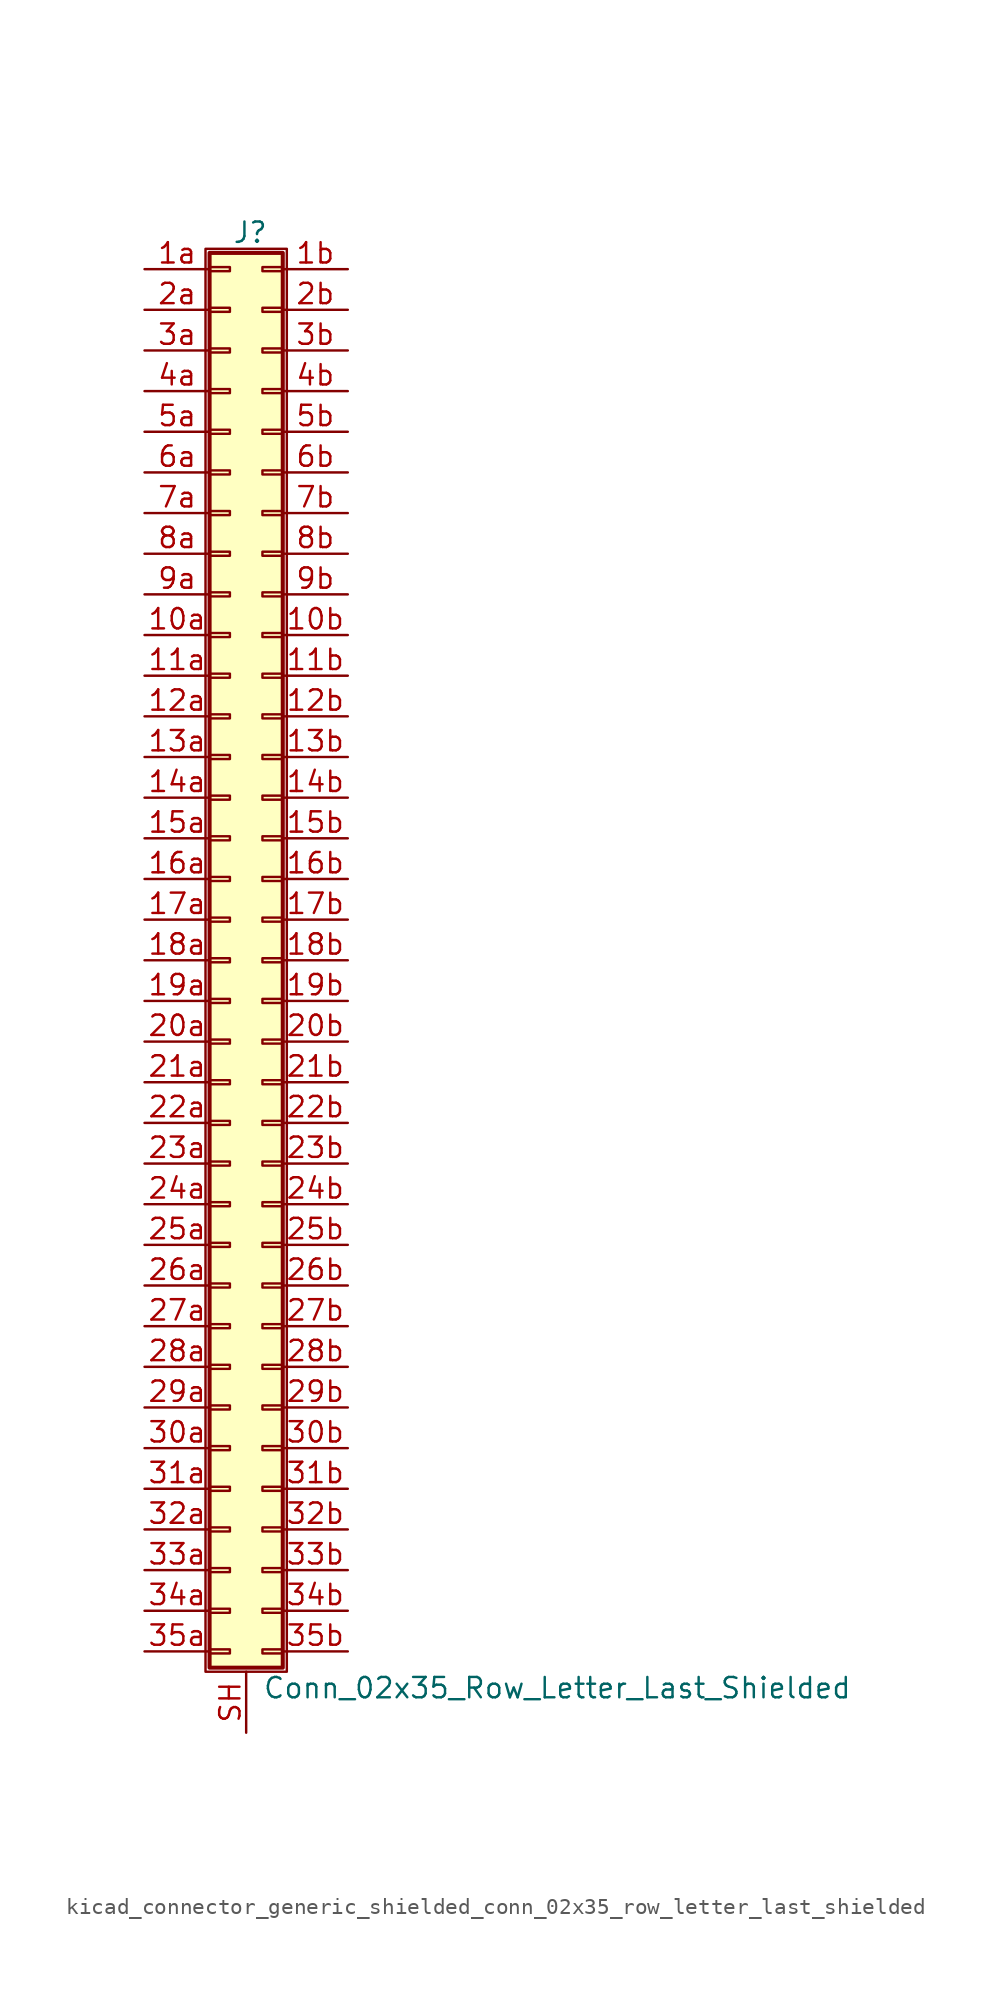
<source format=kicad_sym>
(kicad_symbol_lib
  (version 20220914)
  (generator kicad_symbol_editor)
  (symbol "kicad_connector_generic_shielded_conn_02x35_row_letter_last_shielded"
    (pin_names
      (offset 1.016) hide)
    (property "Reference" "J"
      (at 1.524 45.466 0)
      (effects (font (size 1.27 1.27))))
    (property "Value" "Conn_02x35_Row_Letter_Last_Shielded"
      (at 2.286 -45.466 0)
      (effects (font (size 1.27 1.27)) (justify left)))
    (symbol "kicad_connector_generic_shielded_conn_02x35_row_letter_last_shielded_1_1"
      (rectangle (start -1.27 44.45) (end 3.81 -44.45) (stroke (width 0.152) (type default)) (fill (type none)))
      (rectangle (start -1.016 -43.053) (end 0.254 -43.307) (stroke (width 0.152) (type default)) (fill (type none)))
      (rectangle (start -1.016 -40.513) (end 0.254 -40.767) (stroke (width 0.152) (type default)) (fill (type none)))
      (rectangle (start -1.016 -37.973) (end 0.254 -38.227) (stroke (width 0.152) (type default)) (fill (type none)))
      (rectangle (start -1.016 -35.433) (end 0.254 -35.687) (stroke (width 0.152) (type default)) (fill (type none)))
      (rectangle (start -1.016 -32.893) (end 0.254 -33.147) (stroke (width 0.152) (type default)) (fill (type none)))
      (rectangle (start -1.016 -30.353) (end 0.254 -30.607) (stroke (width 0.152) (type default)) (fill (type none)))
      (rectangle (start -1.016 -27.813) (end 0.254 -28.067) (stroke (width 0.152) (type default)) (fill (type none)))
      (rectangle (start -1.016 -25.273) (end 0.254 -25.527) (stroke (width 0.152) (type default)) (fill (type none)))
      (rectangle (start -1.016 -22.733) (end 0.254 -22.987) (stroke (width 0.152) (type default)) (fill (type none)))
      (rectangle (start -1.016 -20.193) (end 0.254 -20.447) (stroke (width 0.152) (type default)) (fill (type none)))
      (rectangle (start -1.016 -17.653) (end 0.254 -17.907) (stroke (width 0.152) (type default)) (fill (type none)))
      (rectangle (start -1.016 -15.113) (end 0.254 -15.367) (stroke (width 0.152) (type default)) (fill (type none)))
      (rectangle (start -1.016 -12.573) (end 0.254 -12.827) (stroke (width 0.152) (type default)) (fill (type none)))
      (rectangle (start -1.016 -10.033) (end 0.254 -10.287) (stroke (width 0.152) (type default)) (fill (type none)))
      (rectangle (start -1.016 -7.493) (end 0.254 -7.747) (stroke (width 0.152) (type default)) (fill (type none)))
      (rectangle (start -1.016 -4.953) (end 0.254 -5.207) (stroke (width 0.152) (type default)) (fill (type none)))
      (rectangle (start -1.016 -2.413) (end 0.254 -2.667) (stroke (width 0.152) (type default)) (fill (type none)))
      (rectangle (start -1.016 0.127) (end 0.254 -0.127) (stroke (width 0.152) (type default)) (fill (type none)))
      (rectangle (start -1.016 2.667) (end 0.254 2.413) (stroke (width 0.152) (type default)) (fill (type none)))
      (rectangle (start -1.016 5.207) (end 0.254 4.953) (stroke (width 0.152) (type default)) (fill (type none)))
      (rectangle (start -1.016 7.747) (end 0.254 7.493) (stroke (width 0.152) (type default)) (fill (type none)))
      (rectangle (start -1.016 10.287) (end 0.254 10.033) (stroke (width 0.152) (type default)) (fill (type none)))
      (rectangle (start -1.016 12.827) (end 0.254 12.573) (stroke (width 0.152) (type default)) (fill (type none)))
      (rectangle (start -1.016 15.367) (end 0.254 15.113) (stroke (width 0.152) (type default)) (fill (type none)))
      (rectangle (start -1.016 17.907) (end 0.254 17.653) (stroke (width 0.152) (type default)) (fill (type none)))
      (rectangle (start -1.016 20.447) (end 0.254 20.193) (stroke (width 0.152) (type default)) (fill (type none)))
      (rectangle (start -1.016 22.987) (end 0.254 22.733) (stroke (width 0.152) (type default)) (fill (type none)))
      (rectangle (start -1.016 25.527) (end 0.254 25.273) (stroke (width 0.152) (type default)) (fill (type none)))
      (rectangle (start -1.016 28.067) (end 0.254 27.813) (stroke (width 0.152) (type default)) (fill (type none)))
      (rectangle (start -1.016 30.607) (end 0.254 30.353) (stroke (width 0.152) (type default)) (fill (type none)))
      (rectangle (start -1.016 33.147) (end 0.254 32.893) (stroke (width 0.152) (type default)) (fill (type none)))
      (rectangle (start -1.016 35.687) (end 0.254 35.433) (stroke (width 0.152) (type default)) (fill (type none)))
      (rectangle (start -1.016 38.227) (end 0.254 37.973) (stroke (width 0.152) (type default)) (fill (type none)))
      (rectangle (start -1.016 40.767) (end 0.254 40.513) (stroke (width 0.152) (type default)) (fill (type none)))
      (rectangle (start -1.016 43.307) (end 0.254 43.053) (stroke (width 0.152) (type default)) (fill (type none)))
      (rectangle (start -1.016 44.196) (end 3.556 -44.196) (stroke (width 0.254) (type default)) (fill (type background)))
      (rectangle (start 3.556 -43.053) (end 2.286 -43.307) (stroke (width 0.152) (type default)) (fill (type none)))
      (rectangle (start 3.556 -40.513) (end 2.286 -40.767) (stroke (width 0.152) (type default)) (fill (type none)))
      (rectangle (start 3.556 -37.973) (end 2.286 -38.227) (stroke (width 0.152) (type default)) (fill (type none)))
      (rectangle (start 3.556 -35.433) (end 2.286 -35.687) (stroke (width 0.152) (type default)) (fill (type none)))
      (rectangle (start 3.556 -32.893) (end 2.286 -33.147) (stroke (width 0.152) (type default)) (fill (type none)))
      (rectangle (start 3.556 -30.353) (end 2.286 -30.607) (stroke (width 0.152) (type default)) (fill (type none)))
      (rectangle (start 3.556 -27.813) (end 2.286 -28.067) (stroke (width 0.152) (type default)) (fill (type none)))
      (rectangle (start 3.556 -25.273) (end 2.286 -25.527) (stroke (width 0.152) (type default)) (fill (type none)))
      (rectangle (start 3.556 -22.733) (end 2.286 -22.987) (stroke (width 0.152) (type default)) (fill (type none)))
      (rectangle (start 3.556 -20.193) (end 2.286 -20.447) (stroke (width 0.152) (type default)) (fill (type none)))
      (rectangle (start 3.556 -17.653) (end 2.286 -17.907) (stroke (width 0.152) (type default)) (fill (type none)))
      (rectangle (start 3.556 -15.113) (end 2.286 -15.367) (stroke (width 0.152) (type default)) (fill (type none)))
      (rectangle (start 3.556 -12.573) (end 2.286 -12.827) (stroke (width 0.152) (type default)) (fill (type none)))
      (rectangle (start 3.556 -10.033) (end 2.286 -10.287) (stroke (width 0.152) (type default)) (fill (type none)))
      (rectangle (start 3.556 -7.493) (end 2.286 -7.747) (stroke (width 0.152) (type default)) (fill (type none)))
      (rectangle (start 3.556 -4.953) (end 2.286 -5.207) (stroke (width 0.152) (type default)) (fill (type none)))
      (rectangle (start 3.556 -2.413) (end 2.286 -2.667) (stroke (width 0.152) (type default)) (fill (type none)))
      (rectangle (start 3.556 0.127) (end 2.286 -0.127) (stroke (width 0.152) (type default)) (fill (type none)))
      (rectangle (start 3.556 2.667) (end 2.286 2.413) (stroke (width 0.152) (type default)) (fill (type none)))
      (rectangle (start 3.556 5.207) (end 2.286 4.953) (stroke (width 0.152) (type default)) (fill (type none)))
      (rectangle (start 3.556 7.747) (end 2.286 7.493) (stroke (width 0.152) (type default)) (fill (type none)))
      (rectangle (start 3.556 10.287) (end 2.286 10.033) (stroke (width 0.152) (type default)) (fill (type none)))
      (rectangle (start 3.556 12.827) (end 2.286 12.573) (stroke (width 0.152) (type default)) (fill (type none)))
      (rectangle (start 3.556 15.367) (end 2.286 15.113) (stroke (width 0.152) (type default)) (fill (type none)))
      (rectangle (start 3.556 17.907) (end 2.286 17.653) (stroke (width 0.152) (type default)) (fill (type none)))
      (rectangle (start 3.556 20.447) (end 2.286 20.193) (stroke (width 0.152) (type default)) (fill (type none)))
      (rectangle (start 3.556 22.987) (end 2.286 22.733) (stroke (width 0.152) (type default)) (fill (type none)))
      (rectangle (start 3.556 25.527) (end 2.286 25.273) (stroke (width 0.152) (type default)) (fill (type none)))
      (rectangle (start 3.556 28.067) (end 2.286 27.813) (stroke (width 0.152) (type default)) (fill (type none)))
      (rectangle (start 3.556 30.607) (end 2.286 30.353) (stroke (width 0.152) (type default)) (fill (type none)))
      (rectangle (start 3.556 33.147) (end 2.286 32.893) (stroke (width 0.152) (type default)) (fill (type none)))
      (rectangle (start 3.556 35.687) (end 2.286 35.433) (stroke (width 0.152) (type default)) (fill (type none)))
      (rectangle (start 3.556 38.227) (end 2.286 37.973) (stroke (width 0.152) (type default)) (fill (type none)))
      (rectangle (start 3.556 40.767) (end 2.286 40.513) (stroke (width 0.152) (type default)) (fill (type none)))
      (rectangle (start 3.556 43.307) (end 2.286 43.053) (stroke (width 0.152) (type default)) (fill (type none)))
      (pin passive line (at -5.08 20.32 0) (length 4.064) (name "Pin_10a" (effects (font (size 1.27 1.27)))) (number "10a" (effects (font (size 1.27 1.27)))))
      (pin passive line (at 7.62 20.32 180) (length 4.064) (name "Pin_10b" (effects (font (size 1.27 1.27)))) (number "10b" (effects (font (size 1.27 1.27)))))
      (pin passive line (at -5.08 17.78 0) (length 4.064) (name "Pin_11a" (effects (font (size 1.27 1.27)))) (number "11a" (effects (font (size 1.27 1.27)))))
      (pin passive line (at 7.62 17.78 180) (length 4.064) (name "Pin_11b" (effects (font (size 1.27 1.27)))) (number "11b" (effects (font (size 1.27 1.27)))))
      (pin passive line (at -5.08 15.24 0) (length 4.064) (name "Pin_12a" (effects (font (size 1.27 1.27)))) (number "12a" (effects (font (size 1.27 1.27)))))
      (pin passive line (at 7.62 15.24 180) (length 4.064) (name "Pin_12b" (effects (font (size 1.27 1.27)))) (number "12b" (effects (font (size 1.27 1.27)))))
      (pin passive line (at -5.08 12.7 0) (length 4.064) (name "Pin_13a" (effects (font (size 1.27 1.27)))) (number "13a" (effects (font (size 1.27 1.27)))))
      (pin passive line (at 7.62 12.7 180) (length 4.064) (name "Pin_13b" (effects (font (size 1.27 1.27)))) (number "13b" (effects (font (size 1.27 1.27)))))
      (pin passive line (at -5.08 10.16 0) (length 4.064) (name "Pin_14a" (effects (font (size 1.27 1.27)))) (number "14a" (effects (font (size 1.27 1.27)))))
      (pin passive line (at 7.62 10.16 180) (length 4.064) (name "Pin_14b" (effects (font (size 1.27 1.27)))) (number "14b" (effects (font (size 1.27 1.27)))))
      (pin passive line (at -5.08 7.62 0) (length 4.064) (name "Pin_15a" (effects (font (size 1.27 1.27)))) (number "15a" (effects (font (size 1.27 1.27)))))
      (pin passive line (at 7.62 7.62 180) (length 4.064) (name "Pin_15b" (effects (font (size 1.27 1.27)))) (number "15b" (effects (font (size 1.27 1.27)))))
      (pin passive line (at -5.08 5.08 0) (length 4.064) (name "Pin_16a" (effects (font (size 1.27 1.27)))) (number "16a" (effects (font (size 1.27 1.27)))))
      (pin passive line (at 7.62 5.08 180) (length 4.064) (name "Pin_16b" (effects (font (size 1.27 1.27)))) (number "16b" (effects (font (size 1.27 1.27)))))
      (pin passive line (at -5.08 2.54 0) (length 4.064) (name "Pin_17a" (effects (font (size 1.27 1.27)))) (number "17a" (effects (font (size 1.27 1.27)))))
      (pin passive line (at 7.62 2.54 180) (length 4.064) (name "Pin_17b" (effects (font (size 1.27 1.27)))) (number "17b" (effects (font (size 1.27 1.27)))))
      (pin passive line (at -5.08 0 0) (length 4.064) (name "Pin_18a" (effects (font (size 1.27 1.27)))) (number "18a" (effects (font (size 1.27 1.27)))))
      (pin passive line (at 7.62 0 180) (length 4.064) (name "Pin_18b" (effects (font (size 1.27 1.27)))) (number "18b" (effects (font (size 1.27 1.27)))))
      (pin passive line (at -5.08 -2.54 0) (length 4.064) (name "Pin_19a" (effects (font (size 1.27 1.27)))) (number "19a" (effects (font (size 1.27 1.27)))))
      (pin passive line (at 7.62 -2.54 180) (length 4.064) (name "Pin_19b" (effects (font (size 1.27 1.27)))) (number "19b" (effects (font (size 1.27 1.27)))))
      (pin passive line (at -5.08 43.18 0) (length 4.064) (name "Pin_1a" (effects (font (size 1.27 1.27)))) (number "1a" (effects (font (size 1.27 1.27)))))
      (pin passive line (at 7.62 43.18 180) (length 4.064) (name "Pin_1b" (effects (font (size 1.27 1.27)))) (number "1b" (effects (font (size 1.27 1.27)))))
      (pin passive line (at -5.08 -5.08 0) (length 4.064) (name "Pin_20a" (effects (font (size 1.27 1.27)))) (number "20a" (effects (font (size 1.27 1.27)))))
      (pin passive line (at 7.62 -5.08 180) (length 4.064) (name "Pin_20b" (effects (font (size 1.27 1.27)))) (number "20b" (effects (font (size 1.27 1.27)))))
      (pin passive line (at -5.08 -7.62 0) (length 4.064) (name "Pin_21a" (effects (font (size 1.27 1.27)))) (number "21a" (effects (font (size 1.27 1.27)))))
      (pin passive line (at 7.62 -7.62 180) (length 4.064) (name "Pin_21b" (effects (font (size 1.27 1.27)))) (number "21b" (effects (font (size 1.27 1.27)))))
      (pin passive line (at -5.08 -10.16 0) (length 4.064) (name "Pin_22a" (effects (font (size 1.27 1.27)))) (number "22a" (effects (font (size 1.27 1.27)))))
      (pin passive line (at 7.62 -10.16 180) (length 4.064) (name "Pin_22b" (effects (font (size 1.27 1.27)))) (number "22b" (effects (font (size 1.27 1.27)))))
      (pin passive line (at -5.08 -12.7 0) (length 4.064) (name "Pin_23a" (effects (font (size 1.27 1.27)))) (number "23a" (effects (font (size 1.27 1.27)))))
      (pin passive line (at 7.62 -12.7 180) (length 4.064) (name "Pin_23b" (effects (font (size 1.27 1.27)))) (number "23b" (effects (font (size 1.27 1.27)))))
      (pin passive line (at -5.08 -15.24 0) (length 4.064) (name "Pin_24a" (effects (font (size 1.27 1.27)))) (number "24a" (effects (font (size 1.27 1.27)))))
      (pin passive line (at 7.62 -15.24 180) (length 4.064) (name "Pin_24b" (effects (font (size 1.27 1.27)))) (number "24b" (effects (font (size 1.27 1.27)))))
      (pin passive line (at -5.08 -17.78 0) (length 4.064) (name "Pin_25a" (effects (font (size 1.27 1.27)))) (number "25a" (effects (font (size 1.27 1.27)))))
      (pin passive line (at 7.62 -17.78 180) (length 4.064) (name "Pin_25b" (effects (font (size 1.27 1.27)))) (number "25b" (effects (font (size 1.27 1.27)))))
      (pin passive line (at -5.08 -20.32 0) (length 4.064) (name "Pin_26a" (effects (font (size 1.27 1.27)))) (number "26a" (effects (font (size 1.27 1.27)))))
      (pin passive line (at 7.62 -20.32 180) (length 4.064) (name "Pin_26b" (effects (font (size 1.27 1.27)))) (number "26b" (effects (font (size 1.27 1.27)))))
      (pin passive line (at -5.08 -22.86 0) (length 4.064) (name "Pin_27a" (effects (font (size 1.27 1.27)))) (number "27a" (effects (font (size 1.27 1.27)))))
      (pin passive line (at 7.62 -22.86 180) (length 4.064) (name "Pin_27b" (effects (font (size 1.27 1.27)))) (number "27b" (effects (font (size 1.27 1.27)))))
      (pin passive line (at -5.08 -25.4 0) (length 4.064) (name "Pin_28a" (effects (font (size 1.27 1.27)))) (number "28a" (effects (font (size 1.27 1.27)))))
      (pin passive line (at 7.62 -25.4 180) (length 4.064) (name "Pin_28b" (effects (font (size 1.27 1.27)))) (number "28b" (effects (font (size 1.27 1.27)))))
      (pin passive line (at -5.08 -27.94 0) (length 4.064) (name "Pin_29a" (effects (font (size 1.27 1.27)))) (number "29a" (effects (font (size 1.27 1.27)))))
      (pin passive line (at 7.62 -27.94 180) (length 4.064) (name "Pin_29b" (effects (font (size 1.27 1.27)))) (number "29b" (effects (font (size 1.27 1.27)))))
      (pin passive line (at -5.08 40.64 0) (length 4.064) (name "Pin_2a" (effects (font (size 1.27 1.27)))) (number "2a" (effects (font (size 1.27 1.27)))))
      (pin passive line (at 7.62 40.64 180) (length 4.064) (name "Pin_2b" (effects (font (size 1.27 1.27)))) (number "2b" (effects (font (size 1.27 1.27)))))
      (pin passive line (at -5.08 -30.48 0) (length 4.064) (name "Pin_30a" (effects (font (size 1.27 1.27)))) (number "30a" (effects (font (size 1.27 1.27)))))
      (pin passive line (at 7.62 -30.48 180) (length 4.064) (name "Pin_30b" (effects (font (size 1.27 1.27)))) (number "30b" (effects (font (size 1.27 1.27)))))
      (pin passive line (at -5.08 -33.02 0) (length 4.064) (name "Pin_31a" (effects (font (size 1.27 1.27)))) (number "31a" (effects (font (size 1.27 1.27)))))
      (pin passive line (at 7.62 -33.02 180) (length 4.064) (name "Pin_31b" (effects (font (size 1.27 1.27)))) (number "31b" (effects (font (size 1.27 1.27)))))
      (pin passive line (at -5.08 -35.56 0) (length 4.064) (name "Pin_32a" (effects (font (size 1.27 1.27)))) (number "32a" (effects (font (size 1.27 1.27)))))
      (pin passive line (at 7.62 -35.56 180) (length 4.064) (name "Pin_32b" (effects (font (size 1.27 1.27)))) (number "32b" (effects (font (size 1.27 1.27)))))
      (pin passive line (at -5.08 -38.1 0) (length 4.064) (name "Pin_33a" (effects (font (size 1.27 1.27)))) (number "33a" (effects (font (size 1.27 1.27)))))
      (pin passive line (at 7.62 -38.1 180) (length 4.064) (name "Pin_33b" (effects (font (size 1.27 1.27)))) (number "33b" (effects (font (size 1.27 1.27)))))
      (pin passive line (at -5.08 -40.64 0) (length 4.064) (name "Pin_34a" (effects (font (size 1.27 1.27)))) (number "34a" (effects (font (size 1.27 1.27)))))
      (pin passive line (at 7.62 -40.64 180) (length 4.064) (name "Pin_34b" (effects (font (size 1.27 1.27)))) (number "34b" (effects (font (size 1.27 1.27)))))
      (pin passive line (at -5.08 -43.18 0) (length 4.064) (name "Pin_35a" (effects (font (size 1.27 1.27)))) (number "35a" (effects (font (size 1.27 1.27)))))
      (pin passive line (at 7.62 -43.18 180) (length 4.064) (name "Pin_35b" (effects (font (size 1.27 1.27)))) (number "35b" (effects (font (size 1.27 1.27)))))
      (pin passive line (at -5.08 38.1 0) (length 4.064) (name "Pin_3a" (effects (font (size 1.27 1.27)))) (number "3a" (effects (font (size 1.27 1.27)))))
      (pin passive line (at 7.62 38.1 180) (length 4.064) (name "Pin_3b" (effects (font (size 1.27 1.27)))) (number "3b" (effects (font (size 1.27 1.27)))))
      (pin passive line (at -5.08 35.56 0) (length 4.064) (name "Pin_4a" (effects (font (size 1.27 1.27)))) (number "4a" (effects (font (size 1.27 1.27)))))
      (pin passive line (at 7.62 35.56 180) (length 4.064) (name "Pin_4b" (effects (font (size 1.27 1.27)))) (number "4b" (effects (font (size 1.27 1.27)))))
      (pin passive line (at -5.08 33.02 0) (length 4.064) (name "Pin_5a" (effects (font (size 1.27 1.27)))) (number "5a" (effects (font (size 1.27 1.27)))))
      (pin passive line (at 7.62 33.02 180) (length 4.064) (name "Pin_5b" (effects (font (size 1.27 1.27)))) (number "5b" (effects (font (size 1.27 1.27)))))
      (pin passive line (at -5.08 30.48 0) (length 4.064) (name "Pin_6a" (effects (font (size 1.27 1.27)))) (number "6a" (effects (font (size 1.27 1.27)))))
      (pin passive line (at 7.62 30.48 180) (length 4.064) (name "Pin_6b" (effects (font (size 1.27 1.27)))) (number "6b" (effects (font (size 1.27 1.27)))))
      (pin passive line (at -5.08 27.94 0) (length 4.064) (name "Pin_7a" (effects (font (size 1.27 1.27)))) (number "7a" (effects (font (size 1.27 1.27)))))
      (pin passive line (at 7.62 27.94 180) (length 4.064) (name "Pin_7b" (effects (font (size 1.27 1.27)))) (number "7b" (effects (font (size 1.27 1.27)))))
      (pin passive line (at -5.08 25.4 0) (length 4.064) (name "Pin_8a" (effects (font (size 1.27 1.27)))) (number "8a" (effects (font (size 1.27 1.27)))))
      (pin passive line (at 7.62 25.4 180) (length 4.064) (name "Pin_8b" (effects (font (size 1.27 1.27)))) (number "8b" (effects (font (size 1.27 1.27)))))
      (pin passive line (at -5.08 22.86 0) (length 4.064) (name "Pin_9a" (effects (font (size 1.27 1.27)))) (number "9a" (effects (font (size 1.27 1.27)))))
      (pin passive line (at 7.62 22.86 180) (length 4.064) (name "Pin_9b" (effects (font (size 1.27 1.27)))) (number "9b" (effects (font (size 1.27 1.27)))))
      (pin passive line (at 1.27 -48.26 90) (length 3.81) (name "Shield" (effects (font (size 1.27 1.27)))) (number "SH" (effects (font (size 1.27 1.27))))))))
</source>
